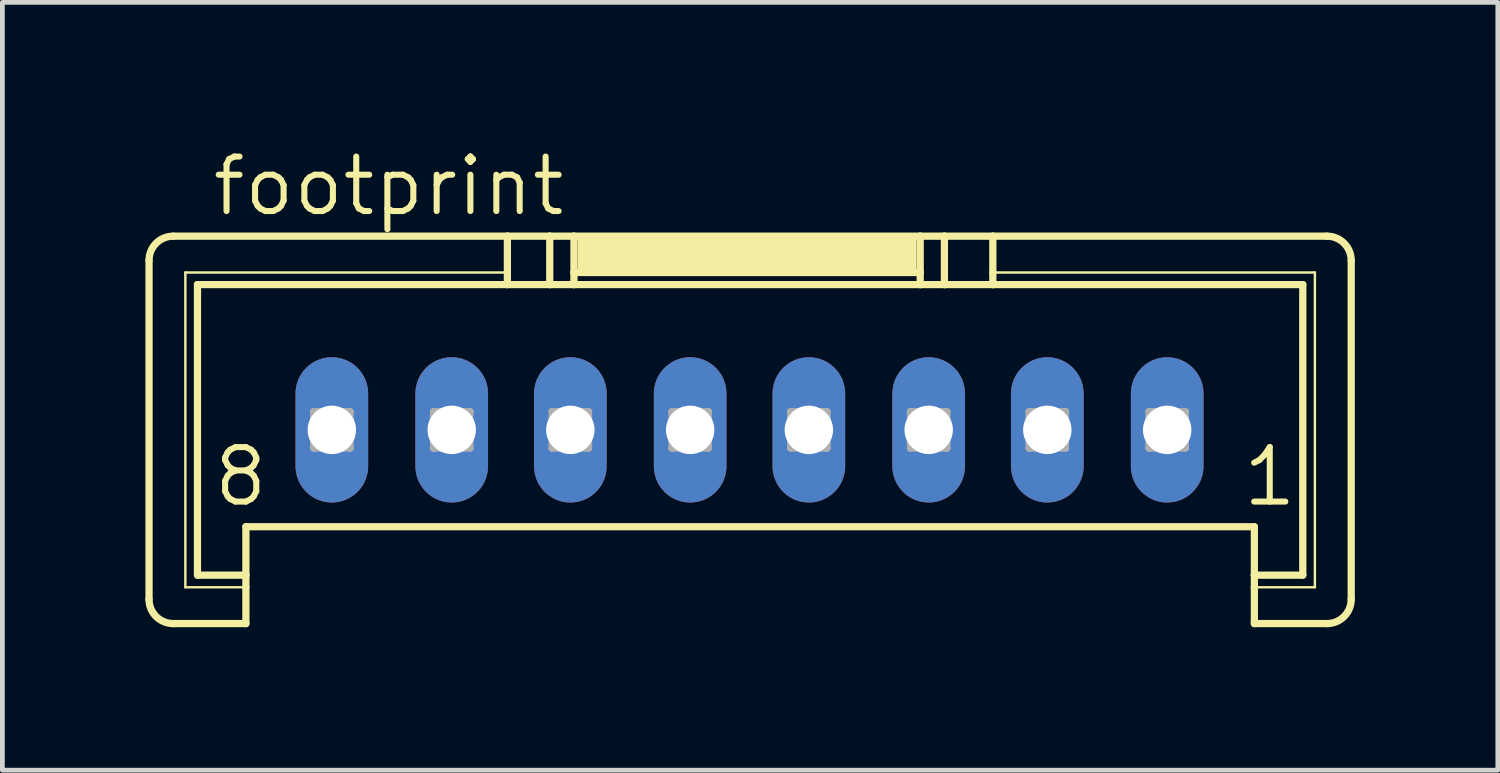
<source format=kicad_pcb>
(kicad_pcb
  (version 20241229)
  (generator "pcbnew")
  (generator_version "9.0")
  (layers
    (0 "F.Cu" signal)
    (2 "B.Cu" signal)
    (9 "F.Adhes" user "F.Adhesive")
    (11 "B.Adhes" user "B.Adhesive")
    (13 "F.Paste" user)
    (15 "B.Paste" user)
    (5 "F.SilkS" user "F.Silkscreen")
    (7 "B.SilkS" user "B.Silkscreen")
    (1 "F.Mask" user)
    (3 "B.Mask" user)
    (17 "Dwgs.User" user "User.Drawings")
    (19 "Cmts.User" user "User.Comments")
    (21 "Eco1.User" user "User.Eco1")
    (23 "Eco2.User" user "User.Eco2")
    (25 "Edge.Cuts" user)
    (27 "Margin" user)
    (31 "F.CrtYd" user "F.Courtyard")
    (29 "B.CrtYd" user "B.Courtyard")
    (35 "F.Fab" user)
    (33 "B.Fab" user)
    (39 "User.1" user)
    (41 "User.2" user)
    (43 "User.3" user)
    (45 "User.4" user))
  (footprint "footprint"
    (layer "F.Cu")
    (at 12.675 3.429)
    (property "Reference" "footprint" (at -11.328 -1.905 0) (layer "F.SilkS") (effects (font (size 1.143 1.143) (thickness 0.127)) (justify left bottom)))
    (fp_line (start -12.598 6.096) (end -12.598 -1.016) (stroke (width 0.152) (type solid)) (layer "F.SilkS"))
    (fp_line (start -12.09 -1.524) (end -5.08 -1.524) (stroke (width 0.152) (type solid)) (layer "F.SilkS"))
    (fp_line (start -11.836 -0.762) (end -5.08 -0.762) (stroke (width 0.051) (type solid)) (layer "F.SilkS"))
    (fp_line (start -11.836 5.842) (end -11.836 -0.762) (stroke (width 0.051) (type solid)) (layer "F.SilkS"))
    (fp_line (start -11.582 -0.508) (end -5.08 -0.508) (stroke (width 0.152) (type solid)) (layer "F.SilkS"))
    (fp_line (start -11.582 5.588) (end -11.582 -0.508) (stroke (width 0.152) (type solid)) (layer "F.SilkS"))
    (fp_line (start -10.566 5.588) (end -11.582 5.588) (stroke (width 0.152) (type solid)) (layer "F.SilkS"))
    (fp_line (start -10.566 5.588) (end -10.566 4.572) (stroke (width 0.152) (type solid)) (layer "F.SilkS"))
    (fp_line (start -10.566 5.588) (end -10.566 5.842) (stroke (width 0.152) (type solid)) (layer "F.SilkS"))
    (fp_line (start -10.566 5.842) (end -11.836 5.842) (stroke (width 0.051) (type solid)) (layer "F.SilkS"))
    (fp_line (start -10.566 5.842) (end -10.566 6.604) (stroke (width 0.152) (type solid)) (layer "F.SilkS"))
    (fp_line (start -10.566 6.604) (end -12.09 6.604) (stroke (width 0.152) (type solid)) (layer "F.SilkS"))
    (fp_line (start -5.08 -1.524) (end -5.08 -0.762) (stroke (width 0.152) (type solid)) (layer "F.SilkS"))
    (fp_line (start -5.08 -1.524) (end -4.191 -1.524) (stroke (width 0.152) (type solid)) (layer "F.SilkS"))
    (fp_line (start -5.08 -0.762) (end -5.08 -0.508) (stroke (width 0.152) (type solid)) (layer "F.SilkS"))
    (fp_line (start -5.08 -0.508) (end -4.191 -0.508) (stroke (width 0.152) (type solid)) (layer "F.SilkS"))
    (fp_line (start -4.191 -1.524) (end -4.191 -0.508) (stroke (width 0.152) (type solid)) (layer "F.SilkS"))
    (fp_line (start -4.191 -1.524) (end -3.683 -1.524) (stroke (width 0.152) (type solid)) (layer "F.SilkS"))
    (fp_line (start -4.191 -0.508) (end -3.683 -0.508) (stroke (width 0.152) (type solid)) (layer "F.SilkS"))
    (fp_line (start -3.683 -1.524) (end -3.683 -0.762) (stroke (width 0.152) (type solid)) (layer "F.SilkS"))
    (fp_line (start -3.683 -1.524) (end 3.581 -1.524) (stroke (width 0.152) (type solid)) (layer "F.SilkS"))
    (fp_line (start -3.683 -0.762) (end -3.683 -0.508) (stroke (width 0.152) (type solid)) (layer "F.SilkS"))
    (fp_line (start -3.683 -0.762) (end 3.581 -0.762) (stroke (width 0.152) (type solid)) (layer "F.SilkS"))
    (fp_line (start -3.683 -0.508) (end 3.581 -0.508) (stroke (width 0.152) (type solid)) (layer "F.SilkS"))
    (fp_line (start 3.581 -1.524) (end 3.581 -0.762) (stroke (width 0.152) (type solid)) (layer "F.SilkS"))
    (fp_line (start 3.581 -1.524) (end 4.089 -1.524) (stroke (width 0.152) (type solid)) (layer "F.SilkS"))
    (fp_line (start 3.581 -0.762) (end 3.581 -0.508) (stroke (width 0.152) (type solid)) (layer "F.SilkS"))
    (fp_line (start 3.581 -0.508) (end 4.089 -0.508) (stroke (width 0.152) (type solid)) (layer "F.SilkS"))
    (fp_line (start 4.089 -1.524) (end 4.089 -0.508) (stroke (width 0.152) (type solid)) (layer "F.SilkS"))
    (fp_line (start 4.089 -1.524) (end 5.105 -1.524) (stroke (width 0.152) (type solid)) (layer "F.SilkS"))
    (fp_line (start 4.089 -0.508) (end 5.105 -0.508) (stroke (width 0.152) (type solid)) (layer "F.SilkS"))
    (fp_line (start 5.105 -1.524) (end 5.105 -0.762) (stroke (width 0.152) (type solid)) (layer "F.SilkS"))
    (fp_line (start 5.105 -1.524) (end 12.116 -1.524) (stroke (width 0.152) (type solid)) (layer "F.SilkS"))
    (fp_line (start 5.105 -0.762) (end 5.105 -0.508) (stroke (width 0.152) (type solid)) (layer "F.SilkS"))
    (fp_line (start 5.105 -0.762) (end 11.862 -0.762) (stroke (width 0.051) (type solid)) (layer "F.SilkS"))
    (fp_line (start 5.105 -0.508) (end 11.608 -0.508) (stroke (width 0.152) (type solid)) (layer "F.SilkS"))
    (fp_line (start 10.592 4.572) (end -10.566 4.572) (stroke (width 0.152) (type solid)) (layer "F.SilkS"))
    (fp_line (start 10.592 5.588) (end 10.592 4.572) (stroke (width 0.152) (type solid)) (layer "F.SilkS"))
    (fp_line (start 10.592 5.842) (end 10.592 5.588) (stroke (width 0.152) (type solid)) (layer "F.SilkS"))
    (fp_line (start 10.592 6.604) (end 10.592 5.842) (stroke (width 0.152) (type solid)) (layer "F.SilkS"))
    (fp_line (start 11.608 -0.508) (end 11.608 5.588) (stroke (width 0.152) (type solid)) (layer "F.SilkS"))
    (fp_line (start 11.608 5.588) (end 10.592 5.588) (stroke (width 0.152) (type solid)) (layer "F.SilkS"))
    (fp_line (start 11.862 -0.762) (end 11.862 5.842) (stroke (width 0.051) (type solid)) (layer "F.SilkS"))
    (fp_line (start 11.862 5.842) (end 10.592 5.842) (stroke (width 0.051) (type solid)) (layer "F.SilkS"))
    (fp_line (start 12.116 6.604) (end 10.592 6.604) (stroke (width 0.152) (type solid)) (layer "F.SilkS"))
    (fp_line (start 12.624 -1.016) (end 12.624 6.096) (stroke (width 0.152) (type solid)) (layer "F.SilkS"))
    (fp_arc (start -12.5984 -1.016) (mid -12.44961 -1.37521) (end -12.0904 -1.524) (stroke (width 0.1524) (type solid)) (layer "F.SilkS"))
    (fp_arc (start -12.0904 6.604) (mid -12.44961 6.45521) (end -12.5984 6.096) (stroke (width 0.1524) (type solid)) (layer "F.SilkS"))
    (fp_arc (start 12.1158 -1.524) (mid 12.47501 -1.37521) (end 12.6238 -1.016) (stroke (width 0.1524) (type solid)) (layer "F.SilkS"))
    (fp_arc (start 12.6238 6.096) (mid 12.47501 6.45521) (end 12.1158 6.604) (stroke (width 0.1524) (type solid)) (layer "F.SilkS"))
    (fp_poly (pts (xy -3.607 -0.762) (xy 3.505 -0.762) (xy 3.505 -1.524) (xy -3.607 -1.524)) (stroke (width 0) (type solid)) (fill yes) (layer "F.SilkS"))
    (fp_line (start -9.144 2.159) (end -9.144 2.921) (stroke (width 0.152) (type solid)) (layer "F.Fab"))
    (fp_line (start -9.144 2.159) (end -8.382 2.921) (stroke (width 0.152) (type solid)) (layer "F.Fab"))
    (fp_line (start -9.144 2.921) (end -8.382 2.921) (stroke (width 0.152) (type solid)) (layer "F.Fab"))
    (fp_line (start -8.382 2.159) (end -9.144 2.159) (stroke (width 0.152) (type solid)) (layer "F.Fab"))
    (fp_line (start -8.382 2.159) (end -9.144 2.921) (stroke (width 0.152) (type solid)) (layer "F.Fab"))
    (fp_line (start -8.382 2.921) (end -8.382 2.159) (stroke (width 0.152) (type solid)) (layer "F.Fab"))
    (fp_line (start -6.629 2.159) (end -6.629 2.921) (stroke (width 0.152) (type solid)) (layer "F.Fab"))
    (fp_line (start -6.629 2.159) (end -5.867 2.921) (stroke (width 0.152) (type solid)) (layer "F.Fab"))
    (fp_line (start -6.629 2.921) (end -5.867 2.921) (stroke (width 0.152) (type solid)) (layer "F.Fab"))
    (fp_line (start -5.867 2.159) (end -6.629 2.159) (stroke (width 0.152) (type solid)) (layer "F.Fab"))
    (fp_line (start -5.867 2.159) (end -6.629 2.921) (stroke (width 0.152) (type solid)) (layer "F.Fab"))
    (fp_line (start -5.867 2.921) (end -5.867 2.159) (stroke (width 0.152) (type solid)) (layer "F.Fab"))
    (fp_line (start -4.14 2.159) (end -4.14 2.921) (stroke (width 0.152) (type solid)) (layer "F.Fab"))
    (fp_line (start -4.14 2.159) (end -3.378 2.921) (stroke (width 0.152) (type solid)) (layer "F.Fab"))
    (fp_line (start -4.14 2.921) (end -3.378 2.921) (stroke (width 0.152) (type solid)) (layer "F.Fab"))
    (fp_line (start -3.378 2.159) (end -4.14 2.159) (stroke (width 0.152) (type solid)) (layer "F.Fab"))
    (fp_line (start -3.378 2.159) (end -4.14 2.921) (stroke (width 0.152) (type solid)) (layer "F.Fab"))
    (fp_line (start -3.378 2.921) (end -3.378 2.159) (stroke (width 0.152) (type solid)) (layer "F.Fab"))
    (fp_line (start -1.626 2.159) (end -1.626 2.921) (stroke (width 0.152) (type solid)) (layer "F.Fab"))
    (fp_line (start -1.626 2.159) (end -0.864 2.921) (stroke (width 0.152) (type solid)) (layer "F.Fab"))
    (fp_line (start -1.626 2.921) (end -0.864 2.921) (stroke (width 0.152) (type solid)) (layer "F.Fab"))
    (fp_line (start -0.864 2.159) (end -1.626 2.159) (stroke (width 0.152) (type solid)) (layer "F.Fab"))
    (fp_line (start -0.864 2.159) (end -1.626 2.921) (stroke (width 0.152) (type solid)) (layer "F.Fab"))
    (fp_line (start -0.864 2.921) (end -0.864 2.159) (stroke (width 0.152) (type solid)) (layer "F.Fab"))
    (fp_line (start 0.864 2.159) (end 0.864 2.921) (stroke (width 0.152) (type solid)) (layer "F.Fab"))
    (fp_line (start 0.864 2.159) (end 1.626 2.921) (stroke (width 0.152) (type solid)) (layer "F.Fab"))
    (fp_line (start 0.864 2.921) (end 1.626 2.921) (stroke (width 0.152) (type solid)) (layer "F.Fab"))
    (fp_line (start 1.626 2.159) (end 0.864 2.159) (stroke (width 0.152) (type solid)) (layer "F.Fab"))
    (fp_line (start 1.626 2.159) (end 0.864 2.921) (stroke (width 0.152) (type solid)) (layer "F.Fab"))
    (fp_line (start 1.626 2.921) (end 1.626 2.159) (stroke (width 0.152) (type solid)) (layer "F.Fab"))
    (fp_line (start 3.378 2.159) (end 3.378 2.921) (stroke (width 0.152) (type solid)) (layer "F.Fab"))
    (fp_line (start 3.378 2.159) (end 4.14 2.921) (stroke (width 0.152) (type solid)) (layer "F.Fab"))
    (fp_line (start 3.378 2.921) (end 4.14 2.921) (stroke (width 0.152) (type solid)) (layer "F.Fab"))
    (fp_line (start 4.14 2.159) (end 3.378 2.159) (stroke (width 0.152) (type solid)) (layer "F.Fab"))
    (fp_line (start 4.14 2.159) (end 3.378 2.921) (stroke (width 0.152) (type solid)) (layer "F.Fab"))
    (fp_line (start 4.14 2.921) (end 4.14 2.159) (stroke (width 0.152) (type solid)) (layer "F.Fab"))
    (fp_line (start 5.867 2.159) (end 5.867 2.921) (stroke (width 0.152) (type solid)) (layer "F.Fab"))
    (fp_line (start 5.867 2.159) (end 6.629 2.921) (stroke (width 0.152) (type solid)) (layer "F.Fab"))
    (fp_line (start 5.867 2.921) (end 6.629 2.921) (stroke (width 0.152) (type solid)) (layer "F.Fab"))
    (fp_line (start 6.629 2.159) (end 5.867 2.159) (stroke (width 0.152) (type solid)) (layer "F.Fab"))
    (fp_line (start 6.629 2.159) (end 5.867 2.921) (stroke (width 0.152) (type solid)) (layer "F.Fab"))
    (fp_line (start 6.629 2.921) (end 6.629 2.159) (stroke (width 0.152) (type solid)) (layer "F.Fab"))
    (fp_line (start 8.382 2.159) (end 8.382 2.921) (stroke (width 0.152) (type solid)) (layer "F.Fab"))
    (fp_line (start 8.382 2.159) (end 9.144 2.921) (stroke (width 0.152) (type solid)) (layer "F.Fab"))
    (fp_line (start 8.382 2.921) (end 9.144 2.921) (stroke (width 0.152) (type solid)) (layer "F.Fab"))
    (fp_line (start 9.144 2.159) (end 8.382 2.159) (stroke (width 0.152) (type solid)) (layer "F.Fab"))
    (fp_line (start 9.144 2.159) (end 8.382 2.921) (stroke (width 0.152) (type solid)) (layer "F.Fab"))
    (fp_line (start 9.144 2.921) (end 9.144 2.159) (stroke (width 0.152) (type solid)) (layer "F.Fab"))
    (fp_text user "8" (at -11.303 4.191 0) (layer "F.SilkS") (effects (font (size 1.143 1.143) (thickness 0.127)) (justify left bottom)))
    (fp_text user "1" (at 10.287 4.191 0) (layer "F.SilkS") (effects (font (size 1.143 1.143) (thickness 0.127)) (justify left bottom)))
    (pad "1" thru_hole oval (at 8.763 2.54 90) (size 3.048 1.524) (drill 1.016) (layers "*.Cu" "*.Mask"))
    (pad "2" thru_hole oval (at 6.248 2.54 90) (size 3.048 1.524) (drill 1.016) (layers "*.Cu" "*.Mask"))
    (pad "3" thru_hole oval (at 3.759 2.54 90) (size 3.048 1.524) (drill 1.016) (layers "*.Cu" "*.Mask"))
    (pad "4" thru_hole oval (at 1.245 2.54 90) (size 3.048 1.524) (drill 1.016) (layers "*.Cu" "*.Mask"))
    (pad "5" thru_hole oval (at -1.245 2.54 90) (size 3.048 1.524) (drill 1.016) (layers "*.Cu" "*.Mask"))
    (pad "6" thru_hole oval (at -3.759 2.54 90) (size 3.048 1.524) (drill 1.016) (layers "*.Cu" "*.Mask"))
    (pad "7" thru_hole oval (at -6.248 2.54 90) (size 3.048 1.524) (drill 1.016) (layers "*.Cu" "*.Mask"))
    (pad "8" thru_hole oval (at -8.763 2.54 90) (size 3.048 1.524) (drill 1.016) (layers "*.Cu" "*.Mask")))
  (gr_rect
    (start -3 -3)
    (end 28.375 13.109)
    (stroke (width 0.1) (type default))
    (fill no)
    (layer "Edge.Cuts")))
</source>
